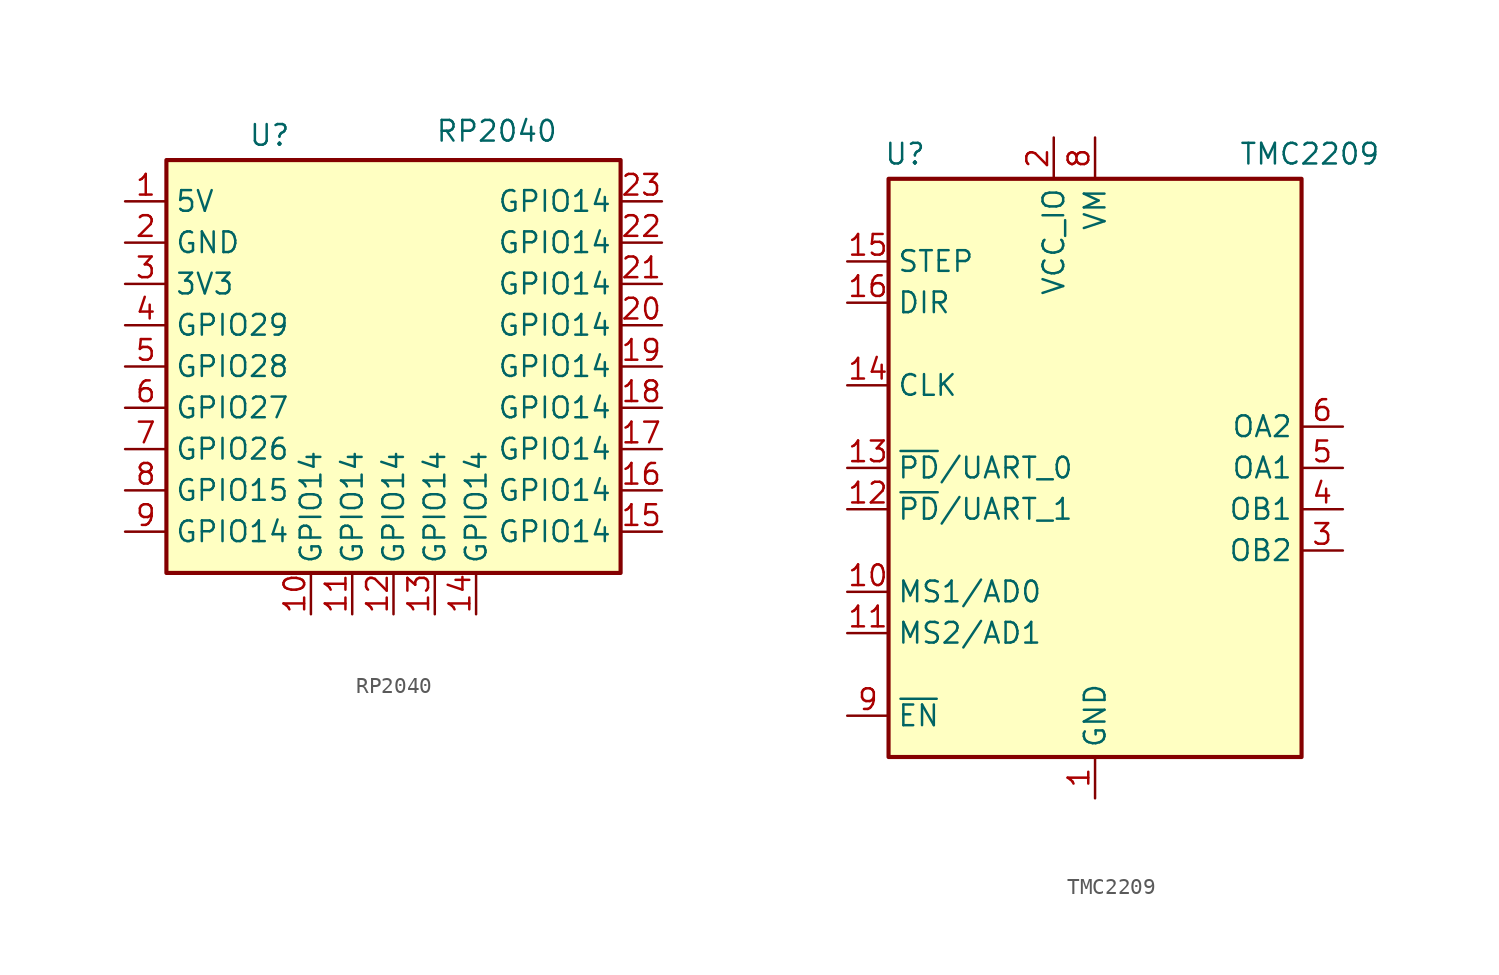
<source format=kicad_sym>
(kicad_symbol_lib
  (version 20241209)
  (generator "kicad_symbol_editor")
  (generator_version "9.0")
  (symbol "RP2040"
    (property "Reference" "U"
      (at -7.62 14.224 0)
      (effects (font (size 1.27 1.27))))
    (property "Value" "RP2040"
      (at 6.35 14.478 0)
      (effects (font (size 1.27 1.27))))
    (symbol "RP2040_0_1"
      (rectangle (start -13.97 12.7) (end 13.97 -12.7) (stroke (width 0.254) (type default)) (fill (type background))))
    (symbol "RP2040_1_1"
      (pin power_in line (at -16.51 10.16 0) (length 2.54) (name "5V" (effects (font (size 1.27 1.27)))) (number "1" (effects (font (size 1.27 1.27)))))
      (pin power_in line (at -16.51 7.62 0) (length 2.54) (name "GND" (effects (font (size 1.27 1.27)))) (number "2" (effects (font (size 1.27 1.27)))))
      (pin power_in line (at -16.51 5.08 0) (length 2.54) (name "3V3" (effects (font (size 1.27 1.27)))) (number "3" (effects (font (size 1.27 1.27)))))
      (pin bidirectional line (at -16.51 2.54 0) (length 2.54) (name "GPIO29" (effects (font (size 1.27 1.27)))) (number "4" (effects (font (size 1.27 1.27)))))
      (pin bidirectional line (at -16.51 0 0) (length 2.54) (name "GPIO28" (effects (font (size 1.27 1.27)))) (number "5" (effects (font (size 1.27 1.27)))))
      (pin bidirectional line (at -16.51 -2.54 0) (length 2.54) (name "GPIO27" (effects (font (size 1.27 1.27)))) (number "6" (effects (font (size 1.27 1.27)))))
      (pin bidirectional line (at -16.51 -5.08 0) (length 2.54) (name "GPIO26" (effects (font (size 1.27 1.27)))) (number "7" (effects (font (size 1.27 1.27)))))
      (pin bidirectional line (at -16.51 -7.62 0) (length 2.54) (name "GPIO15" (effects (font (size 1.27 1.27)))) (number "8" (effects (font (size 1.27 1.27)))))
      (pin bidirectional line (at -16.51 -10.16 0) (length 2.54) (name "GPIO14" (effects (font (size 1.27 1.27)))) (number "9" (effects (font (size 1.27 1.27)))))
      (pin bidirectional line (at -5.08 -15.24 90) (length 2.54) (name "GPIO14" (effects (font (size 1.27 1.27)))) (number "10" (effects (font (size 1.27 1.27)))))
      (pin bidirectional line (at -2.54 -15.24 90) (length 2.54) (name "GPIO14" (effects (font (size 1.27 1.27)))) (number "11" (effects (font (size 1.27 1.27)))))
      (pin bidirectional line (at 0 -15.24 90) (length 2.54) (name "GPIO14" (effects (font (size 1.27 1.27)))) (number "12" (effects (font (size 1.27 1.27)))))
      (pin bidirectional line (at 2.54 -15.24 90) (length 2.54) (name "GPIO14" (effects (font (size 1.27 1.27)))) (number "13" (effects (font (size 1.27 1.27)))))
      (pin bidirectional line (at 5.08 -15.24 90) (length 2.54) (name "GPIO14" (effects (font (size 1.27 1.27)))) (number "14" (effects (font (size 1.27 1.27)))))
      (pin bidirectional line (at 16.51 10.16 180) (length 2.54) (name "GPIO14" (effects (font (size 1.27 1.27)))) (number "23" (effects (font (size 1.27 1.27)))))
      (pin bidirectional line (at 16.51 7.62 180) (length 2.54) (name "GPIO14" (effects (font (size 1.27 1.27)))) (number "22" (effects (font (size 1.27 1.27)))))
      (pin bidirectional line (at 16.51 5.08 180) (length 2.54) (name "GPIO14" (effects (font (size 1.27 1.27)))) (number "21" (effects (font (size 1.27 1.27)))))
      (pin bidirectional line (at 16.51 2.54 180) (length 2.54) (name "GPIO14" (effects (font (size 1.27 1.27)))) (number "20" (effects (font (size 1.27 1.27)))))
      (pin bidirectional line (at 16.51 0 180) (length 2.54) (name "GPIO14" (effects (font (size 1.27 1.27)))) (number "19" (effects (font (size 1.27 1.27)))))
      (pin bidirectional line (at 16.51 -2.54 180) (length 2.54) (name "GPIO14" (effects (font (size 1.27 1.27)))) (number "18" (effects (font (size 1.27 1.27)))))
      (pin bidirectional line (at 16.51 -5.08 180) (length 2.54) (name "GPIO14" (effects (font (size 1.27 1.27)))) (number "17" (effects (font (size 1.27 1.27)))))
      (pin bidirectional line (at 16.51 -7.62 180) (length 2.54) (name "GPIO14" (effects (font (size 1.27 1.27)))) (number "16" (effects (font (size 1.27 1.27)))))
      (pin bidirectional line (at 16.51 -10.16 180) (length 2.54) (name "GPIO14" (effects (font (size 1.27 1.27)))) (number "15" (effects (font (size 1.27 1.27)))))))
  (symbol "TMC2209"
    (property "Reference" "U"
      (at -11.684 19.304 0)
      (effects (font (size 1.27 1.27))))
    (property "Value" "TMC2209"
      (at 13.208 19.304 0)
      (effects (font (size 1.27 1.27))))
    (symbol "TMC2209_0_1"
      (rectangle (start -12.7 17.78) (end 12.7 -17.78) (stroke (width 0.254) (type default)) (fill (type background))))
    (symbol "TMC2209_1_1"
      (pin input line (at -15.24 12.7 0) (length 2.54) (name "STEP" (effects (font (size 1.27 1.27)))) (number "15" (effects (font (size 1.27 1.27)))))
      (pin input line (at -15.24 10.16 0) (length 2.54) (name "DIR" (effects (font (size 1.27 1.27)))) (number "16" (effects (font (size 1.27 1.27)))))
      (pin input line (at -15.24 5.08 0) (length 2.54) (name "CLK" (effects (font (size 1.27 1.27)))) (number "14" (effects (font (size 1.27 1.27)))))
      (pin bidirectional line (at -15.24 0 0) (length 2.54) (name "~{PD}/UART_0" (effects (font (size 1.27 1.27)))) (number "13" (effects (font (size 1.27 1.27)))))
      (pin bidirectional line (at -15.24 -2.54 0) (length 2.54) (name "~{PD}/UART_1" (effects (font (size 1.27 1.27)))) (number "12" (effects (font (size 1.27 1.27)))))
      (pin input line (at -15.24 -7.62 0) (length 2.54) (name "MS1/AD0" (effects (font (size 1.27 1.27)))) (number "10" (effects (font (size 1.27 1.27)))))
      (pin input line (at -15.24 -10.16 0) (length 2.54) (name "MS2/AD1" (effects (font (size 1.27 1.27)))) (number "11" (effects (font (size 1.27 1.27)))))
      (pin input line (at -15.24 -15.24 0) (length 2.54) (name "~{EN}" (effects (font (size 1.27 1.27)))) (number "9" (effects (font (size 1.27 1.27)))))
      (pin power_in line (at -2.54 20.32 270) (length 2.54) (name "VCC_IO" (effects (font (size 1.27 1.27)))) (number "2" (effects (font (size 1.27 1.27)))))
      (pin power_in line (at 0 20.32 270) (length 2.54) (name "VM" (effects (font (size 1.27 1.27)))) (number "8" (effects (font (size 1.27 1.27)))))
      (pin power_in line (at 0 -20.32 90) (length 2.54) (name "GND" (effects (font (size 1.27 1.27)))) (number "1" (effects (font (size 1.27 1.27)))))
      (pin passive line (at 0 -20.32 90) (length 2.54) (hide yes) (name "GND" (effects (font (size 1.27 1.27)))) (number "7" (effects (font (size 1.27 1.27)))))
      (pin output line (at 15.24 2.54 180) (length 2.54) (name "OA2" (effects (font (size 1.27 1.27)))) (number "6" (effects (font (size 1.27 1.27)))))
      (pin output line (at 15.24 0 180) (length 2.54) (name "OA1" (effects (font (size 1.27 1.27)))) (number "5" (effects (font (size 1.27 1.27)))))
      (pin output line (at 15.24 -2.54 180) (length 2.54) (name "OB1" (effects (font (size 1.27 1.27)))) (number "4" (effects (font (size 1.27 1.27)))))
      (pin output line (at 15.24 -5.08 180) (length 2.54) (name "OB2" (effects (font (size 1.27 1.27)))) (number "3" (effects (font (size 1.27 1.27))))))))
</source>
